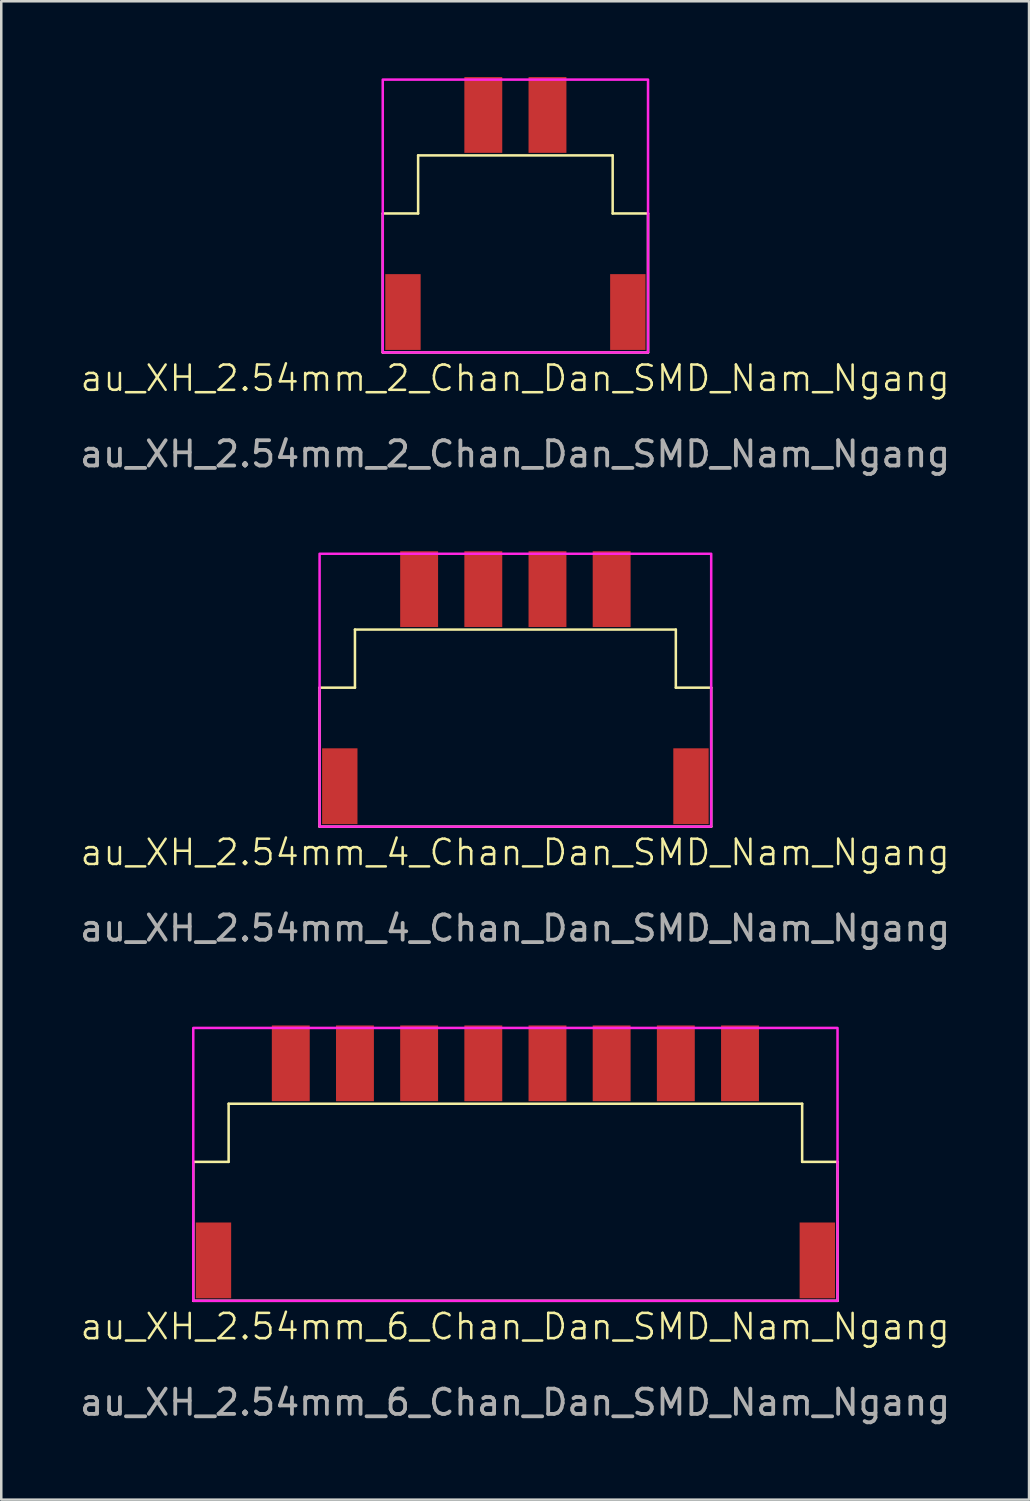
<source format=kicad_pcb>
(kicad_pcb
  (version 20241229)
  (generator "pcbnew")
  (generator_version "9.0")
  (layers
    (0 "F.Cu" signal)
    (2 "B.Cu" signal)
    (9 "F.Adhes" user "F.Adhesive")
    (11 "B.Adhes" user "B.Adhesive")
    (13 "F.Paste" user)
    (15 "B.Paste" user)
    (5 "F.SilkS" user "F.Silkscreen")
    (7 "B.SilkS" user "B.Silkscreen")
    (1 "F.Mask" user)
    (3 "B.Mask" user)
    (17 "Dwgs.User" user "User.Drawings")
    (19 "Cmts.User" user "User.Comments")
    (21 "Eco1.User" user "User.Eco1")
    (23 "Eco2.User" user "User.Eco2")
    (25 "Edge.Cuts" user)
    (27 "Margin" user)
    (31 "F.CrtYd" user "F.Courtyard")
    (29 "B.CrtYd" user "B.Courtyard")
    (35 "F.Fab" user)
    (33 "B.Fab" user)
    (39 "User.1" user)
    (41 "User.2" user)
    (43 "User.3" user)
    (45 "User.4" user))
  (footprint "au_XH_2.54mm_6_Chan_Dan_SMD_Nam_Ngang"
    (layer "F.Cu")
    (at 17.349 40.636)
    (property "Reference" "au_XH_2.54mm_6_Chan_Dan_SMD_Nam_Ngang" (at -0.01 8.82 0) (unlocked yes) (layer "F.SilkS") (effects (font (size 1 1) (thickness 0.1))))
    (attr smd)
    (fp_line (start -12.75 2.3) (end -12.75 7.8) (stroke (width 0.1) (type default)) (layer "F.SilkS"))
    (fp_line (start -12.75 2.3) (end -11.35 2.3) (stroke (width 0.1) (type default)) (layer "F.SilkS"))
    (fp_line (start -12.75 7.8) (end 12.75 7.8) (stroke (width 0.1) (type default)) (layer "F.SilkS"))
    (fp_line (start -11.35 0) (end -11.35 2.3) (stroke (width 0.1) (type default)) (layer "F.SilkS"))
    (fp_line (start -11.35 0) (end 11.35 0) (stroke (width 0.1) (type default)) (layer "F.SilkS"))
    (fp_line (start 11.35 0) (end 11.35 2.3) (stroke (width 0.1) (type default)) (layer "F.SilkS"))
    (fp_line (start 12.75 2.3) (end 11.35 2.3) (stroke (width 0.1) (type default)) (layer "F.SilkS"))
    (fp_line (start 12.75 2.3) (end 12.75 7.8) (stroke (width 0.1) (type default)) (layer "F.SilkS"))
    (fp_rect (start -12.75 -3) (end 12.75 7.8) (stroke (width 0.1) (type default)) (fill no) (layer "F.CrtYd"))
    (fp_text user "${REFERENCE}" (at -0.01 11.82 0) (unlocked yes) (layer "F.Fab") (effects (font (size 1 1) (thickness 0.15))))
    (pad "" smd rect (at -11.95 6.2) (size 1.4 3) (layers "F.Cu" "F.Mask" "F.Paste"))
    (pad "" smd rect (at 11.95 6.2) (size 1.4 3) (layers "F.Cu" "F.Mask" "F.Paste"))
    (pad "1" smd rect (at 8.89 -1.6) (size 1.5 3) (layers "F.Cu" "F.Mask" "F.Paste"))
    (pad "2" smd rect (at 6.35 -1.6) (size 1.5 3) (layers "F.Cu" "F.Mask" "F.Paste"))
    (pad "3" smd rect (at 3.81 -1.6) (size 1.5 3) (layers "F.Cu" "F.Mask" "F.Paste"))
    (pad "4" smd rect (at 1.27 -1.6) (size 1.5 3) (layers "F.Cu" "F.Mask" "F.Paste"))
    (pad "5" smd rect (at -1.27 -1.6) (size 1.5 3) (layers "F.Cu" "F.Mask" "F.Paste"))
    (pad "6" smd rect (at -3.81 -1.6) (size 1.5 3) (layers "F.Cu" "F.Mask" "F.Paste"))
    (pad "7" smd rect (at -6.35 -1.6) (size 1.5 3) (layers "F.Cu" "F.Mask" "F.Paste"))
    (pad "8" smd rect (at -8.89 -1.6) (size 1.5 3) (layers "F.Cu" "F.Mask" "F.Paste")))
  (footprint "au_XH_2.54mm_2_Chan_Dan_SMD_Nam_Ngang"
    (layer "F.Cu")
    (at 17.349 3.1)
    (property "Reference" "au_XH_2.54mm_2_Chan_Dan_SMD_Nam_Ngang" (at -0.01 8.82 0) (unlocked yes) (layer "F.SilkS") (effects (font (size 1 1) (thickness 0.1))))
    (attr smd)
    (fp_line (start -5.25 2.3) (end -5.25 7.8) (stroke (width 0.1) (type default)) (layer "F.SilkS"))
    (fp_line (start -5.25 2.3) (end -3.85 2.3) (stroke (width 0.1) (type default)) (layer "F.SilkS"))
    (fp_line (start -5.25 7.8) (end 5.25 7.8) (stroke (width 0.1) (type default)) (layer "F.SilkS"))
    (fp_line (start -3.85 0) (end -3.85 2.3) (stroke (width 0.1) (type default)) (layer "F.SilkS"))
    (fp_line (start -3.85 0) (end 3.85 0) (stroke (width 0.1) (type default)) (layer "F.SilkS"))
    (fp_line (start 3.85 0) (end 3.85 2.3) (stroke (width 0.1) (type default)) (layer "F.SilkS"))
    (fp_line (start 5.25 2.3) (end 3.85 2.3) (stroke (width 0.1) (type default)) (layer "F.SilkS"))
    (fp_line (start 5.25 2.3) (end 5.25 7.8) (stroke (width 0.1) (type default)) (layer "F.SilkS"))
    (fp_rect (start -5.25 -3) (end 5.25 7.8) (stroke (width 0.1) (type default)) (fill no) (layer "F.CrtYd"))
    (fp_text user "${REFERENCE}" (at -0.01 11.82 0) (unlocked yes) (layer "F.Fab") (effects (font (size 1 1) (thickness 0.15))))
    (pad "" smd rect (at -4.45 6.2) (size 1.4 3) (layers "F.Cu" "F.Mask" "F.Paste"))
    (pad "" smd rect (at 4.45 6.2) (size 1.4 3) (layers "F.Cu" "F.Mask" "F.Paste"))
    (pad "1" smd rect (at 1.27 -1.6) (size 1.5 3) (layers "F.Cu" "F.Mask" "F.Paste"))
    (pad "2" smd rect (at -1.27 -1.6) (size 1.5 3) (layers "F.Cu" "F.Mask" "F.Paste")))
  (footprint "au_XH_2.54mm_4_Chan_Dan_SMD_Nam_Ngang"
    (layer "F.Cu")
    (at 17.349 21.868)
    (property "Reference" "au_XH_2.54mm_4_Chan_Dan_SMD_Nam_Ngang" (at -0.01 8.82 0) (unlocked yes) (layer "F.SilkS") (effects (font (size 1 1) (thickness 0.1))))
    (attr smd)
    (fp_line (start -7.75 2.3) (end -7.75 7.8) (stroke (width 0.1) (type default)) (layer "F.SilkS"))
    (fp_line (start -7.75 2.3) (end -6.35 2.3) (stroke (width 0.1) (type default)) (layer "F.SilkS"))
    (fp_line (start -7.75 7.8) (end 7.75 7.8) (stroke (width 0.1) (type default)) (layer "F.SilkS"))
    (fp_line (start -6.35 0) (end -6.35 2.3) (stroke (width 0.1) (type default)) (layer "F.SilkS"))
    (fp_line (start -6.35 0) (end 6.35 0) (stroke (width 0.1) (type default)) (layer "F.SilkS"))
    (fp_line (start 6.35 0) (end 6.35 2.3) (stroke (width 0.1) (type default)) (layer "F.SilkS"))
    (fp_line (start 7.75 2.3) (end 6.35 2.3) (stroke (width 0.1) (type default)) (layer "F.SilkS"))
    (fp_line (start 7.75 2.3) (end 7.75 7.8) (stroke (width 0.1) (type default)) (layer "F.SilkS"))
    (fp_rect (start -7.75 -3) (end 7.75 7.8) (stroke (width 0.1) (type default)) (fill no) (layer "F.CrtYd"))
    (fp_text user "${REFERENCE}" (at -0.01 11.82 0) (unlocked yes) (layer "F.Fab") (effects (font (size 1 1) (thickness 0.15))))
    (pad "" smd rect (at -6.95 6.2) (size 1.4 3) (layers "F.Cu" "F.Mask" "F.Paste"))
    (pad "" smd rect (at 6.95 6.2) (size 1.4 3) (layers "F.Cu" "F.Mask" "F.Paste"))
    (pad "1" smd rect (at 3.81 -1.6) (size 1.5 3) (layers "F.Cu" "F.Mask" "F.Paste"))
    (pad "2" smd rect (at 1.27 -1.6) (size 1.5 3) (layers "F.Cu" "F.Mask" "F.Paste"))
    (pad "3" smd rect (at -1.27 -1.6) (size 1.5 3) (layers "F.Cu" "F.Mask" "F.Paste"))
    (pad "4" smd rect (at -3.81 -1.6) (size 1.5 3) (layers "F.Cu" "F.Mask" "F.Paste")))
  (gr_rect
    (start -3 -3)
    (end 37.679 56.305)
    (stroke (width 0.1) (type default))
    (fill no)
    (layer "Edge.Cuts")))
</source>
